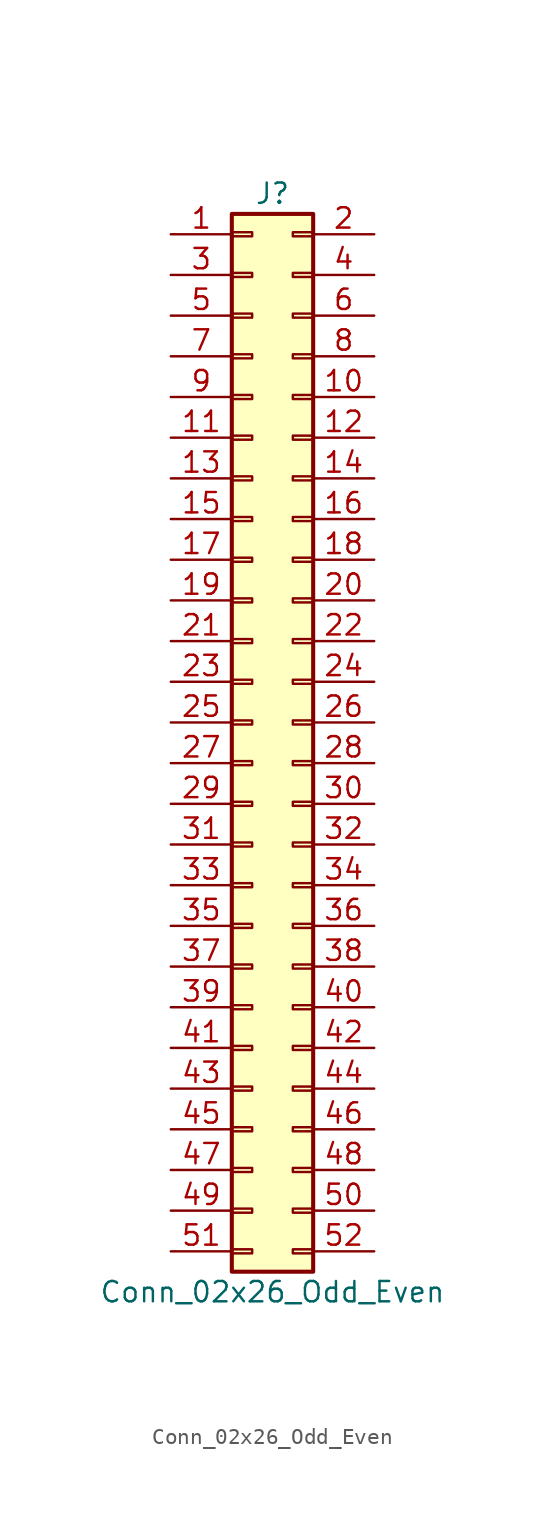
<source format=kicad_sym>
(kicad_symbol_lib
  (version 20201005)
  (generator kicad_symbol_editor)
  (symbol "Conn_02x26_Odd_Even"
    (pin_names
      (offset 1.016) hide)
    (property "Reference" "J"
      (at 1.27 33.02 0)
      (effects (font (size 1.27 1.27))))
    (property "Value" "Conn_02x26_Odd_Even"
      (at 1.27 -35.56 0)
      (effects (font (size 1.27 1.27))))
    (symbol "Conn_02x26_Odd_Even_1_1"
      (rectangle (start -1.27 -32.893) (end 0 -33.147) (stroke (width 0.152)) (fill (type none)))
      (rectangle (start -1.27 -30.353) (end 0 -30.607) (stroke (width 0.152)) (fill (type none)))
      (rectangle (start -1.27 -27.813) (end 0 -28.067) (stroke (width 0.152)) (fill (type none)))
      (rectangle (start -1.27 -25.273) (end 0 -25.527) (stroke (width 0.152)) (fill (type none)))
      (rectangle (start -1.27 -22.733) (end 0 -22.987) (stroke (width 0.152)) (fill (type none)))
      (rectangle (start -1.27 -20.193) (end 0 -20.447) (stroke (width 0.152)) (fill (type none)))
      (rectangle (start -1.27 -17.653) (end 0 -17.907) (stroke (width 0.152)) (fill (type none)))
      (rectangle (start -1.27 -15.113) (end 0 -15.367) (stroke (width 0.152)) (fill (type none)))
      (rectangle (start -1.27 -12.573) (end 0 -12.827) (stroke (width 0.152)) (fill (type none)))
      (rectangle (start -1.27 -10.033) (end 0 -10.287) (stroke (width 0.152)) (fill (type none)))
      (rectangle (start -1.27 -7.493) (end 0 -7.747) (stroke (width 0.152)) (fill (type none)))
      (rectangle (start -1.27 -4.953) (end 0 -5.207) (stroke (width 0.152)) (fill (type none)))
      (rectangle (start -1.27 -2.413) (end 0 -2.667) (stroke (width 0.152)) (fill (type none)))
      (rectangle (start -1.27 0.127) (end 0 -0.127) (stroke (width 0.152)) (fill (type none)))
      (rectangle (start -1.27 2.667) (end 0 2.413) (stroke (width 0.152)) (fill (type none)))
      (rectangle (start -1.27 5.207) (end 0 4.953) (stroke (width 0.152)) (fill (type none)))
      (rectangle (start -1.27 7.747) (end 0 7.493) (stroke (width 0.152)) (fill (type none)))
      (rectangle (start -1.27 10.287) (end 0 10.033) (stroke (width 0.152)) (fill (type none)))
      (rectangle (start -1.27 12.827) (end 0 12.573) (stroke (width 0.152)) (fill (type none)))
      (rectangle (start -1.27 15.367) (end 0 15.113) (stroke (width 0.152)) (fill (type none)))
      (rectangle (start -1.27 17.907) (end 0 17.653) (stroke (width 0.152)) (fill (type none)))
      (rectangle (start -1.27 20.447) (end 0 20.193) (stroke (width 0.152)) (fill (type none)))
      (rectangle (start -1.27 22.987) (end 0 22.733) (stroke (width 0.152)) (fill (type none)))
      (rectangle (start -1.27 25.527) (end 0 25.273) (stroke (width 0.152)) (fill (type none)))
      (rectangle (start -1.27 28.067) (end 0 27.813) (stroke (width 0.152)) (fill (type none)))
      (rectangle (start -1.27 30.607) (end 0 30.353) (stroke (width 0.152)) (fill (type none)))
      (rectangle (start 3.81 -32.893) (end 2.54 -33.147) (stroke (width 0.152)) (fill (type none)))
      (rectangle (start 3.81 -30.353) (end 2.54 -30.607) (stroke (width 0.152)) (fill (type none)))
      (rectangle (start 3.81 -27.813) (end 2.54 -28.067) (stroke (width 0.152)) (fill (type none)))
      (rectangle (start 3.81 -25.273) (end 2.54 -25.527) (stroke (width 0.152)) (fill (type none)))
      (rectangle (start 3.81 -22.733) (end 2.54 -22.987) (stroke (width 0.152)) (fill (type none)))
      (rectangle (start 3.81 -20.193) (end 2.54 -20.447) (stroke (width 0.152)) (fill (type none)))
      (rectangle (start 3.81 -17.653) (end 2.54 -17.907) (stroke (width 0.152)) (fill (type none)))
      (rectangle (start 3.81 -15.113) (end 2.54 -15.367) (stroke (width 0.152)) (fill (type none)))
      (rectangle (start 3.81 -12.573) (end 2.54 -12.827) (stroke (width 0.152)) (fill (type none)))
      (rectangle (start 3.81 -10.033) (end 2.54 -10.287) (stroke (width 0.152)) (fill (type none)))
      (rectangle (start 3.81 -7.493) (end 2.54 -7.747) (stroke (width 0.152)) (fill (type none)))
      (rectangle (start 3.81 -4.953) (end 2.54 -5.207) (stroke (width 0.152)) (fill (type none)))
      (rectangle (start 3.81 -2.413) (end 2.54 -2.667) (stroke (width 0.152)) (fill (type none)))
      (rectangle (start 3.81 0.127) (end 2.54 -0.127) (stroke (width 0.152)) (fill (type none)))
      (rectangle (start 3.81 2.667) (end 2.54 2.413) (stroke (width 0.152)) (fill (type none)))
      (rectangle (start 3.81 5.207) (end 2.54 4.953) (stroke (width 0.152)) (fill (type none)))
      (rectangle (start 3.81 7.747) (end 2.54 7.493) (stroke (width 0.152)) (fill (type none)))
      (rectangle (start 3.81 10.287) (end 2.54 10.033) (stroke (width 0.152)) (fill (type none)))
      (rectangle (start 3.81 12.827) (end 2.54 12.573) (stroke (width 0.152)) (fill (type none)))
      (rectangle (start 3.81 15.367) (end 2.54 15.113) (stroke (width 0.152)) (fill (type none)))
      (rectangle (start 3.81 17.907) (end 2.54 17.653) (stroke (width 0.152)) (fill (type none)))
      (rectangle (start 3.81 20.447) (end 2.54 20.193) (stroke (width 0.152)) (fill (type none)))
      (rectangle (start 3.81 22.987) (end 2.54 22.733) (stroke (width 0.152)) (fill (type none)))
      (rectangle (start 3.81 25.527) (end 2.54 25.273) (stroke (width 0.152)) (fill (type none)))
      (rectangle (start 3.81 28.067) (end 2.54 27.813) (stroke (width 0.152)) (fill (type none)))
      (rectangle (start 3.81 30.607) (end 2.54 30.353) (stroke (width 0.152)) (fill (type none)))
      (rectangle (start -1.27 31.75) (end 3.81 -34.29) (stroke (width 0.254)) (fill (type background)))
      (pin passive line (at -5.08 30.48 0) (length 3.81) (name "Pin_1" (effects (font (size 1.27 1.27)))) (number "1" (effects (font (size 1.27 1.27)))))
      (pin passive line (at 7.62 20.32 180) (length 3.81) (name "Pin_10" (effects (font (size 1.27 1.27)))) (number "10" (effects (font (size 1.27 1.27)))))
      (pin passive line (at -5.08 17.78 0) (length 3.81) (name "Pin_11" (effects (font (size 1.27 1.27)))) (number "11" (effects (font (size 1.27 1.27)))))
      (pin passive line (at 7.62 17.78 180) (length 3.81) (name "Pin_12" (effects (font (size 1.27 1.27)))) (number "12" (effects (font (size 1.27 1.27)))))
      (pin passive line (at -5.08 15.24 0) (length 3.81) (name "Pin_13" (effects (font (size 1.27 1.27)))) (number "13" (effects (font (size 1.27 1.27)))))
      (pin passive line (at 7.62 15.24 180) (length 3.81) (name "Pin_14" (effects (font (size 1.27 1.27)))) (number "14" (effects (font (size 1.27 1.27)))))
      (pin passive line (at -5.08 12.7 0) (length 3.81) (name "Pin_15" (effects (font (size 1.27 1.27)))) (number "15" (effects (font (size 1.27 1.27)))))
      (pin passive line (at 7.62 12.7 180) (length 3.81) (name "Pin_16" (effects (font (size 1.27 1.27)))) (number "16" (effects (font (size 1.27 1.27)))))
      (pin passive line (at -5.08 10.16 0) (length 3.81) (name "Pin_17" (effects (font (size 1.27 1.27)))) (number "17" (effects (font (size 1.27 1.27)))))
      (pin passive line (at 7.62 10.16 180) (length 3.81) (name "Pin_18" (effects (font (size 1.27 1.27)))) (number "18" (effects (font (size 1.27 1.27)))))
      (pin passive line (at -5.08 7.62 0) (length 3.81) (name "Pin_19" (effects (font (size 1.27 1.27)))) (number "19" (effects (font (size 1.27 1.27)))))
      (pin passive line (at 7.62 30.48 180) (length 3.81) (name "Pin_2" (effects (font (size 1.27 1.27)))) (number "2" (effects (font (size 1.27 1.27)))))
      (pin passive line (at 7.62 7.62 180) (length 3.81) (name "Pin_20" (effects (font (size 1.27 1.27)))) (number "20" (effects (font (size 1.27 1.27)))))
      (pin passive line (at -5.08 5.08 0) (length 3.81) (name "Pin_21" (effects (font (size 1.27 1.27)))) (number "21" (effects (font (size 1.27 1.27)))))
      (pin passive line (at 7.62 5.08 180) (length 3.81) (name "Pin_22" (effects (font (size 1.27 1.27)))) (number "22" (effects (font (size 1.27 1.27)))))
      (pin passive line (at -5.08 2.54 0) (length 3.81) (name "Pin_23" (effects (font (size 1.27 1.27)))) (number "23" (effects (font (size 1.27 1.27)))))
      (pin passive line (at 7.62 2.54 180) (length 3.81) (name "Pin_24" (effects (font (size 1.27 1.27)))) (number "24" (effects (font (size 1.27 1.27)))))
      (pin passive line (at -5.08 0 0) (length 3.81) (name "Pin_25" (effects (font (size 1.27 1.27)))) (number "25" (effects (font (size 1.27 1.27)))))
      (pin passive line (at 7.62 0 180) (length 3.81) (name "Pin_26" (effects (font (size 1.27 1.27)))) (number "26" (effects (font (size 1.27 1.27)))))
      (pin passive line (at -5.08 -2.54 0) (length 3.81) (name "Pin_27" (effects (font (size 1.27 1.27)))) (number "27" (effects (font (size 1.27 1.27)))))
      (pin passive line (at 7.62 -2.54 180) (length 3.81) (name "Pin_28" (effects (font (size 1.27 1.27)))) (number "28" (effects (font (size 1.27 1.27)))))
      (pin passive line (at -5.08 -5.08 0) (length 3.81) (name "Pin_29" (effects (font (size 1.27 1.27)))) (number "29" (effects (font (size 1.27 1.27)))))
      (pin passive line (at -5.08 27.94 0) (length 3.81) (name "Pin_3" (effects (font (size 1.27 1.27)))) (number "3" (effects (font (size 1.27 1.27)))))
      (pin passive line (at 7.62 -5.08 180) (length 3.81) (name "Pin_30" (effects (font (size 1.27 1.27)))) (number "30" (effects (font (size 1.27 1.27)))))
      (pin passive line (at -5.08 -7.62 0) (length 3.81) (name "Pin_31" (effects (font (size 1.27 1.27)))) (number "31" (effects (font (size 1.27 1.27)))))
      (pin passive line (at 7.62 -7.62 180) (length 3.81) (name "Pin_32" (effects (font (size 1.27 1.27)))) (number "32" (effects (font (size 1.27 1.27)))))
      (pin passive line (at -5.08 -10.16 0) (length 3.81) (name "Pin_33" (effects (font (size 1.27 1.27)))) (number "33" (effects (font (size 1.27 1.27)))))
      (pin passive line (at 7.62 -10.16 180) (length 3.81) (name "Pin_34" (effects (font (size 1.27 1.27)))) (number "34" (effects (font (size 1.27 1.27)))))
      (pin passive line (at -5.08 -12.7 0) (length 3.81) (name "Pin_35" (effects (font (size 1.27 1.27)))) (number "35" (effects (font (size 1.27 1.27)))))
      (pin passive line (at 7.62 -12.7 180) (length 3.81) (name "Pin_36" (effects (font (size 1.27 1.27)))) (number "36" (effects (font (size 1.27 1.27)))))
      (pin passive line (at -5.08 -15.24 0) (length 3.81) (name "Pin_37" (effects (font (size 1.27 1.27)))) (number "37" (effects (font (size 1.27 1.27)))))
      (pin passive line (at 7.62 -15.24 180) (length 3.81) (name "Pin_38" (effects (font (size 1.27 1.27)))) (number "38" (effects (font (size 1.27 1.27)))))
      (pin passive line (at -5.08 -17.78 0) (length 3.81) (name "Pin_39" (effects (font (size 1.27 1.27)))) (number "39" (effects (font (size 1.27 1.27)))))
      (pin passive line (at 7.62 27.94 180) (length 3.81) (name "Pin_4" (effects (font (size 1.27 1.27)))) (number "4" (effects (font (size 1.27 1.27)))))
      (pin passive line (at 7.62 -17.78 180) (length 3.81) (name "Pin_40" (effects (font (size 1.27 1.27)))) (number "40" (effects (font (size 1.27 1.27)))))
      (pin passive line (at -5.08 -20.32 0) (length 3.81) (name "Pin_41" (effects (font (size 1.27 1.27)))) (number "41" (effects (font (size 1.27 1.27)))))
      (pin passive line (at 7.62 -20.32 180) (length 3.81) (name "Pin_42" (effects (font (size 1.27 1.27)))) (number "42" (effects (font (size 1.27 1.27)))))
      (pin passive line (at -5.08 -22.86 0) (length 3.81) (name "Pin_43" (effects (font (size 1.27 1.27)))) (number "43" (effects (font (size 1.27 1.27)))))
      (pin passive line (at 7.62 -22.86 180) (length 3.81) (name "Pin_44" (effects (font (size 1.27 1.27)))) (number "44" (effects (font (size 1.27 1.27)))))
      (pin passive line (at -5.08 -25.4 0) (length 3.81) (name "Pin_45" (effects (font (size 1.27 1.27)))) (number "45" (effects (font (size 1.27 1.27)))))
      (pin passive line (at 7.62 -25.4 180) (length 3.81) (name "Pin_46" (effects (font (size 1.27 1.27)))) (number "46" (effects (font (size 1.27 1.27)))))
      (pin passive line (at -5.08 -27.94 0) (length 3.81) (name "Pin_47" (effects (font (size 1.27 1.27)))) (number "47" (effects (font (size 1.27 1.27)))))
      (pin passive line (at 7.62 -27.94 180) (length 3.81) (name "Pin_48" (effects (font (size 1.27 1.27)))) (number "48" (effects (font (size 1.27 1.27)))))
      (pin passive line (at -5.08 -30.48 0) (length 3.81) (name "Pin_49" (effects (font (size 1.27 1.27)))) (number "49" (effects (font (size 1.27 1.27)))))
      (pin passive line (at -5.08 25.4 0) (length 3.81) (name "Pin_5" (effects (font (size 1.27 1.27)))) (number "5" (effects (font (size 1.27 1.27)))))
      (pin passive line (at 7.62 -30.48 180) (length 3.81) (name "Pin_50" (effects (font (size 1.27 1.27)))) (number "50" (effects (font (size 1.27 1.27)))))
      (pin passive line (at -5.08 -33.02 0) (length 3.81) (name "Pin_51" (effects (font (size 1.27 1.27)))) (number "51" (effects (font (size 1.27 1.27)))))
      (pin passive line (at 7.62 -33.02 180) (length 3.81) (name "Pin_52" (effects (font (size 1.27 1.27)))) (number "52" (effects (font (size 1.27 1.27)))))
      (pin passive line (at 7.62 25.4 180) (length 3.81) (name "Pin_6" (effects (font (size 1.27 1.27)))) (number "6" (effects (font (size 1.27 1.27)))))
      (pin passive line (at -5.08 22.86 0) (length 3.81) (name "Pin_7" (effects (font (size 1.27 1.27)))) (number "7" (effects (font (size 1.27 1.27)))))
      (pin passive line (at 7.62 22.86 180) (length 3.81) (name "Pin_8" (effects (font (size 1.27 1.27)))) (number "8" (effects (font (size 1.27 1.27)))))
      (pin passive line (at -5.08 20.32 0) (length 3.81) (name "Pin_9" (effects (font (size 1.27 1.27)))) (number "9" (effects (font (size 1.27 1.27))))))))
</source>
